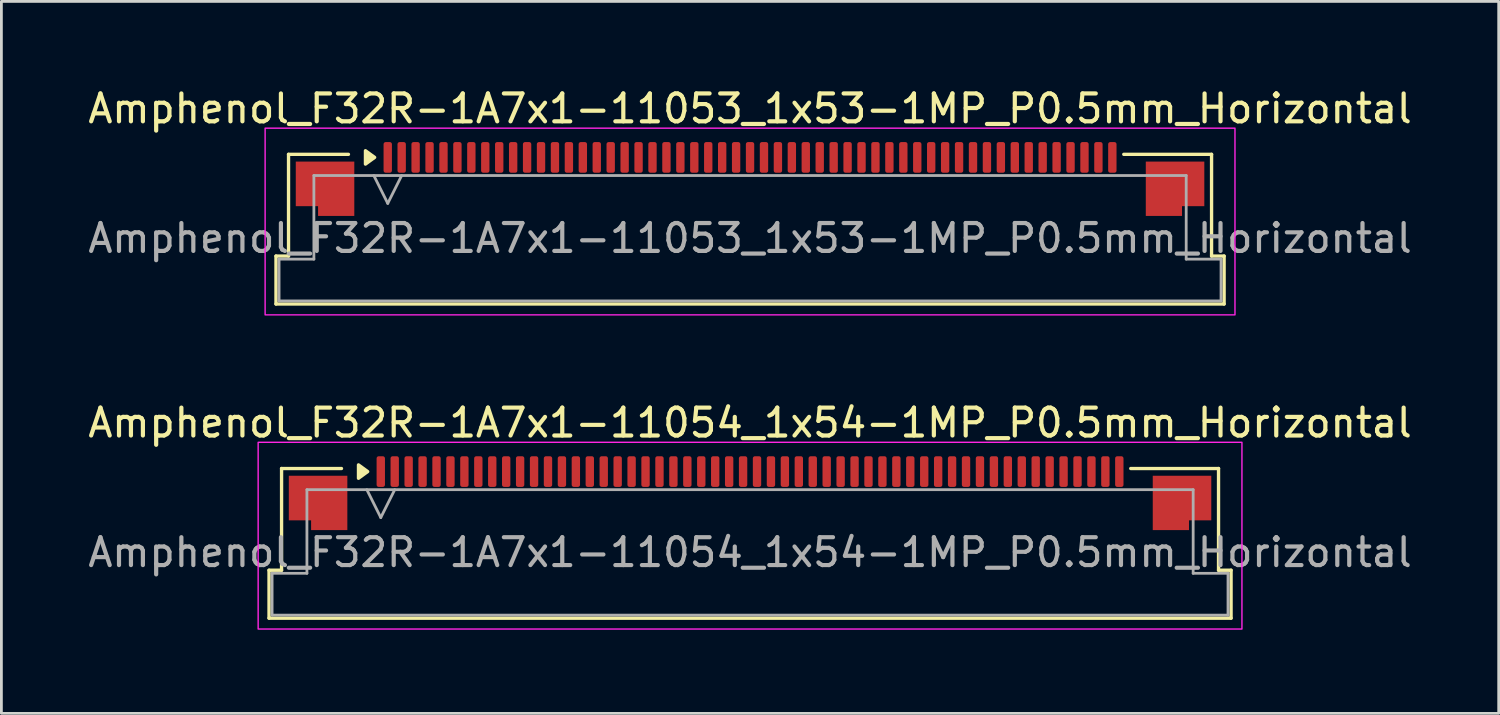
<source format=kicad_pcb>
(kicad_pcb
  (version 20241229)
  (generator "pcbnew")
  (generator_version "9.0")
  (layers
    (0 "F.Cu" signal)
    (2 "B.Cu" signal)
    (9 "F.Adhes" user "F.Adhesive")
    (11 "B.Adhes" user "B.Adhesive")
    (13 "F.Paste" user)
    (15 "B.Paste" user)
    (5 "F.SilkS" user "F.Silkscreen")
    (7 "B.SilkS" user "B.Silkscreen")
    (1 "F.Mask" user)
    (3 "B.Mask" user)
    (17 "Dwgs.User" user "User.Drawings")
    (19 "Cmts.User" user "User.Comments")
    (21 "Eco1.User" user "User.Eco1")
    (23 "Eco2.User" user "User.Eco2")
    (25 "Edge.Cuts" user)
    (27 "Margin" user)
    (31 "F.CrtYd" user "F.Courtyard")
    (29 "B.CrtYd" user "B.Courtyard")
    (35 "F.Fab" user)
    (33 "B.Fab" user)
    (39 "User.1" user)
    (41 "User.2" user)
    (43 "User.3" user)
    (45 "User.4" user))
  (footprint "Amphenol_F32R-1A7x1-11054_1x54-1MP_P0.5mm_Horizontal"
    (layer "F.Cu")
    (at 23.863 16.771)
    (property "Reference" "Amphenol_F32R-1A7x1-11054_1x54-1MP_P0.5mm_Horizontal" (at 0 -4.65 0) (layer "F.SilkS") (effects (font (size 1 1) (thickness 0.15))))
    (attr smd)
    (fp_line (start -17.26 0.64) (end -16.81 0.64) (stroke (width 0.12) (type solid)) (layer "F.SilkS"))
    (fp_line (start -17.26 2.36) (end -17.26 0.64) (stroke (width 0.12) (type solid)) (layer "F.SilkS"))
    (fp_line (start -16.81 -3.01) (end -14.66 -3.01) (stroke (width 0.12) (type solid)) (layer "F.SilkS"))
    (fp_line (start -16.81 0.64) (end -16.81 -3.01) (stroke (width 0.12) (type solid)) (layer "F.SilkS"))
    (fp_line (start 13.66 -3.01) (end 16.81 -3.01) (stroke (width 0.12) (type solid)) (layer "F.SilkS"))
    (fp_line (start 16.81 -3.01) (end 16.81 0.64) (stroke (width 0.12) (type solid)) (layer "F.SilkS"))
    (fp_line (start 16.81 0.64) (end 17.26 0.64) (stroke (width 0.12) (type solid)) (layer "F.SilkS"))
    (fp_line (start 17.26 0.64) (end 17.26 2.36) (stroke (width 0.12) (type solid)) (layer "F.SilkS"))
    (fp_line (start 17.26 2.36) (end -17.26 2.36) (stroke (width 0.12) (type solid)) (layer "F.SilkS"))
    (fp_poly (pts (xy -13.72 -2.9) (xy -14.05 -2.66) (xy -14.05 -3.14)) (stroke (width 0.12) (type solid)) (fill yes) (layer "F.SilkS"))
    (fp_rect (start -17.65 -3.95) (end 17.65 2.75) (stroke (width 0.05) (type solid)) (fill no) (layer "F.CrtYd"))
    (fp_line (start -17.15 0.75) (end -15.9 0.75) (stroke (width 0.1) (type solid)) (layer "F.Fab"))
    (fp_line (start -17.15 2.25) (end -17.15 0.75) (stroke (width 0.1) (type solid)) (layer "F.Fab"))
    (fp_line (start -15.9 -2.25) (end 15.9 -2.25) (stroke (width 0.1) (type solid)) (layer "F.Fab"))
    (fp_line (start -15.9 0.75) (end -15.9 -2.25) (stroke (width 0.1) (type solid)) (layer "F.Fab"))
    (fp_line (start -13.75 -2.25) (end -13.25 -1.25) (stroke (width 0.1) (type solid)) (layer "F.Fab"))
    (fp_line (start -13.25 -1.25) (end -12.75 -2.25) (stroke (width 0.1) (type solid)) (layer "F.Fab"))
    (fp_line (start 15.9 -2.25) (end 15.9 0.75) (stroke (width 0.1) (type solid)) (layer "F.Fab"))
    (fp_line (start 15.9 0.75) (end 17.15 0.75) (stroke (width 0.1) (type solid)) (layer "F.Fab"))
    (fp_line (start 17.15 0.75) (end 17.15 2.25) (stroke (width 0.1) (type solid)) (layer "F.Fab"))
    (fp_line (start 17.15 2.25) (end -17.15 2.25) (stroke (width 0.1) (type solid)) (layer "F.Fab"))
    (fp_text user "${REFERENCE}" (at 0 0 0) (layer "F.Fab") (effects (font (size 1 1) (thickness 0.15))))
    (pad "1" smd roundrect (at -13.25 -2.9) (size 0.3 1.1) (layers "F.Cu" "F.Mask" "F.Paste") (roundrect_rratio 0.25))
    (pad "2" smd roundrect (at -12.75 -2.9) (size 0.3 1.1) (layers "F.Cu" "F.Mask" "F.Paste") (roundrect_rratio 0.25))
    (pad "3" smd roundrect (at -12.25 -2.9) (size 0.3 1.1) (layers "F.Cu" "F.Mask" "F.Paste") (roundrect_rratio 0.25))
    (pad "4" smd roundrect (at -11.75 -2.9) (size 0.3 1.1) (layers "F.Cu" "F.Mask" "F.Paste") (roundrect_rratio 0.25))
    (pad "5" smd roundrect (at -11.25 -2.9) (size 0.3 1.1) (layers "F.Cu" "F.Mask" "F.Paste") (roundrect_rratio 0.25))
    (pad "6" smd roundrect (at -10.75 -2.9) (size 0.3 1.1) (layers "F.Cu" "F.Mask" "F.Paste") (roundrect_rratio 0.25))
    (pad "7" smd roundrect (at -10.25 -2.9) (size 0.3 1.1) (layers "F.Cu" "F.Mask" "F.Paste") (roundrect_rratio 0.25))
    (pad "8" smd roundrect (at -9.75 -2.9) (size 0.3 1.1) (layers "F.Cu" "F.Mask" "F.Paste") (roundrect_rratio 0.25))
    (pad "9" smd roundrect (at -9.25 -2.9) (size 0.3 1.1) (layers "F.Cu" "F.Mask" "F.Paste") (roundrect_rratio 0.25))
    (pad "10" smd roundrect (at -8.75 -2.9) (size 0.3 1.1) (layers "F.Cu" "F.Mask" "F.Paste") (roundrect_rratio 0.25))
    (pad "11" smd roundrect (at -8.25 -2.9) (size 0.3 1.1) (layers "F.Cu" "F.Mask" "F.Paste") (roundrect_rratio 0.25))
    (pad "12" smd roundrect (at -7.75 -2.9) (size 0.3 1.1) (layers "F.Cu" "F.Mask" "F.Paste") (roundrect_rratio 0.25))
    (pad "13" smd roundrect (at -7.25 -2.9) (size 0.3 1.1) (layers "F.Cu" "F.Mask" "F.Paste") (roundrect_rratio 0.25))
    (pad "14" smd roundrect (at -6.75 -2.9) (size 0.3 1.1) (layers "F.Cu" "F.Mask" "F.Paste") (roundrect_rratio 0.25))
    (pad "15" smd roundrect (at -6.25 -2.9) (size 0.3 1.1) (layers "F.Cu" "F.Mask" "F.Paste") (roundrect_rratio 0.25))
    (pad "16" smd roundrect (at -5.75 -2.9) (size 0.3 1.1) (layers "F.Cu" "F.Mask" "F.Paste") (roundrect_rratio 0.25))
    (pad "17" smd roundrect (at -5.25 -2.9) (size 0.3 1.1) (layers "F.Cu" "F.Mask" "F.Paste") (roundrect_rratio 0.25))
    (pad "18" smd roundrect (at -4.75 -2.9) (size 0.3 1.1) (layers "F.Cu" "F.Mask" "F.Paste") (roundrect_rratio 0.25))
    (pad "19" smd roundrect (at -4.25 -2.9) (size 0.3 1.1) (layers "F.Cu" "F.Mask" "F.Paste") (roundrect_rratio 0.25))
    (pad "20" smd roundrect (at -3.75 -2.9) (size 0.3 1.1) (layers "F.Cu" "F.Mask" "F.Paste") (roundrect_rratio 0.25))
    (pad "21" smd roundrect (at -3.25 -2.9) (size 0.3 1.1) (layers "F.Cu" "F.Mask" "F.Paste") (roundrect_rratio 0.25))
    (pad "22" smd roundrect (at -2.75 -2.9) (size 0.3 1.1) (layers "F.Cu" "F.Mask" "F.Paste") (roundrect_rratio 0.25))
    (pad "23" smd roundrect (at -2.25 -2.9) (size 0.3 1.1) (layers "F.Cu" "F.Mask" "F.Paste") (roundrect_rratio 0.25))
    (pad "24" smd roundrect (at -1.75 -2.9) (size 0.3 1.1) (layers "F.Cu" "F.Mask" "F.Paste") (roundrect_rratio 0.25))
    (pad "25" smd roundrect (at -1.25 -2.9) (size 0.3 1.1) (layers "F.Cu" "F.Mask" "F.Paste") (roundrect_rratio 0.25))
    (pad "26" smd roundrect (at -0.75 -2.9) (size 0.3 1.1) (layers "F.Cu" "F.Mask" "F.Paste") (roundrect_rratio 0.25))
    (pad "27" smd roundrect (at -0.25 -2.9) (size 0.3 1.1) (layers "F.Cu" "F.Mask" "F.Paste") (roundrect_rratio 0.25))
    (pad "28" smd roundrect (at 0.25 -2.9) (size 0.3 1.1) (layers "F.Cu" "F.Mask" "F.Paste") (roundrect_rratio 0.25))
    (pad "29" smd roundrect (at 0.75 -2.9) (size 0.3 1.1) (layers "F.Cu" "F.Mask" "F.Paste") (roundrect_rratio 0.25))
    (pad "30" smd roundrect (at 1.25 -2.9) (size 0.3 1.1) (layers "F.Cu" "F.Mask" "F.Paste") (roundrect_rratio 0.25))
    (pad "31" smd roundrect (at 1.75 -2.9) (size 0.3 1.1) (layers "F.Cu" "F.Mask" "F.Paste") (roundrect_rratio 0.25))
    (pad "32" smd roundrect (at 2.25 -2.9) (size 0.3 1.1) (layers "F.Cu" "F.Mask" "F.Paste") (roundrect_rratio 0.25))
    (pad "33" smd roundrect (at 2.75 -2.9) (size 0.3 1.1) (layers "F.Cu" "F.Mask" "F.Paste") (roundrect_rratio 0.25))
    (pad "34" smd roundrect (at 3.25 -2.9) (size 0.3 1.1) (layers "F.Cu" "F.Mask" "F.Paste") (roundrect_rratio 0.25))
    (pad "35" smd roundrect (at 3.75 -2.9) (size 0.3 1.1) (layers "F.Cu" "F.Mask" "F.Paste") (roundrect_rratio 0.25))
    (pad "36" smd roundrect (at 4.25 -2.9) (size 0.3 1.1) (layers "F.Cu" "F.Mask" "F.Paste") (roundrect_rratio 0.25))
    (pad "37" smd roundrect (at 4.75 -2.9) (size 0.3 1.1) (layers "F.Cu" "F.Mask" "F.Paste") (roundrect_rratio 0.25))
    (pad "38" smd roundrect (at 5.25 -2.9) (size 0.3 1.1) (layers "F.Cu" "F.Mask" "F.Paste") (roundrect_rratio 0.25))
    (pad "39" smd roundrect (at 5.75 -2.9) (size 0.3 1.1) (layers "F.Cu" "F.Mask" "F.Paste") (roundrect_rratio 0.25))
    (pad "40" smd roundrect (at 6.25 -2.9) (size 0.3 1.1) (layers "F.Cu" "F.Mask" "F.Paste") (roundrect_rratio 0.25))
    (pad "41" smd roundrect (at 6.75 -2.9) (size 0.3 1.1) (layers "F.Cu" "F.Mask" "F.Paste") (roundrect_rratio 0.25))
    (pad "42" smd roundrect (at 7.25 -2.9) (size 0.3 1.1) (layers "F.Cu" "F.Mask" "F.Paste") (roundrect_rratio 0.25))
    (pad "43" smd roundrect (at 7.75 -2.9) (size 0.3 1.1) (layers "F.Cu" "F.Mask" "F.Paste") (roundrect_rratio 0.25))
    (pad "44" smd roundrect (at 8.25 -2.9) (size 0.3 1.1) (layers "F.Cu" "F.Mask" "F.Paste") (roundrect_rratio 0.25))
    (pad "45" smd roundrect (at 8.75 -2.9) (size 0.3 1.1) (layers "F.Cu" "F.Mask" "F.Paste") (roundrect_rratio 0.25))
    (pad "46" smd roundrect (at 9.25 -2.9) (size 0.3 1.1) (layers "F.Cu" "F.Mask" "F.Paste") (roundrect_rratio 0.25))
    (pad "47" smd roundrect (at 9.75 -2.9) (size 0.3 1.1) (layers "F.Cu" "F.Mask" "F.Paste") (roundrect_rratio 0.25))
    (pad "48" smd roundrect (at 10.25 -2.9) (size 0.3 1.1) (layers "F.Cu" "F.Mask" "F.Paste") (roundrect_rratio 0.25))
    (pad "49" smd roundrect (at 10.75 -2.9) (size 0.3 1.1) (layers "F.Cu" "F.Mask" "F.Paste") (roundrect_rratio 0.25))
    (pad "50" smd roundrect (at 11.25 -2.9) (size 0.3 1.1) (layers "F.Cu" "F.Mask" "F.Paste") (roundrect_rratio 0.25))
    (pad "51" smd roundrect (at 11.75 -2.9) (size 0.3 1.1) (layers "F.Cu" "F.Mask" "F.Paste") (roundrect_rratio 0.25))
    (pad "52" smd roundrect (at 12.25 -2.9) (size 0.3 1.1) (layers "F.Cu" "F.Mask" "F.Paste") (roundrect_rratio 0.25))
    (pad "53" smd roundrect (at 12.75 -2.9) (size 0.3 1.1) (layers "F.Cu" "F.Mask" "F.Paste") (roundrect_rratio 0.25))
    (pad "54" smd roundrect (at 13.25 -2.9) (size 0.3 1.1) (layers "F.Cu" "F.Mask" "F.Paste") (roundrect_rratio 0.25))
    (pad "MP" smd custom (at -15.5 -1.775) (size 1 1) (layers "F.Cu" "F.Mask" "F.Paste") (options (anchor circle)) (primitives (gr_poly (pts (xy 1.05 -0.975) (xy 1.05 0.975) (xy -0.25 0.975) (xy -0.25 0.625) (xy -1.05 0.625) (xy -1.05 -0.975)) (width 0) (fill yes))))
    (pad "MP" smd custom (at 15.5 -1.775) (size 1 1) (layers "F.Cu" "F.Mask" "F.Paste") (options (anchor circle)) (primitives (gr_poly (pts (xy -1.05 -0.975) (xy -1.05 0.975) (xy 0.25 0.975) (xy 0.25 0.625) (xy 1.05 0.625) (xy 1.05 -0.975)) (width 0) (fill yes)))))
  (footprint "Amphenol_F32R-1A7x1-11053_1x53-1MP_P0.5mm_Horizontal"
    (layer "F.Cu")
    (at 23.863 5.498)
    (property "Reference" "Amphenol_F32R-1A7x1-11053_1x53-1MP_P0.5mm_Horizontal" (at 0 -4.65 0) (layer "F.SilkS") (effects (font (size 1 1) (thickness 0.15))))
    (attr smd)
    (fp_line (start -17.01 0.64) (end -16.56 0.64) (stroke (width 0.12) (type solid)) (layer "F.SilkS"))
    (fp_line (start -17.01 2.36) (end -17.01 0.64) (stroke (width 0.12) (type solid)) (layer "F.SilkS"))
    (fp_line (start -16.56 -3.01) (end -14.41 -3.01) (stroke (width 0.12) (type solid)) (layer "F.SilkS"))
    (fp_line (start -16.56 0.64) (end -16.56 -3.01) (stroke (width 0.12) (type solid)) (layer "F.SilkS"))
    (fp_line (start 13.41 -3.01) (end 16.56 -3.01) (stroke (width 0.12) (type solid)) (layer "F.SilkS"))
    (fp_line (start 16.56 -3.01) (end 16.56 0.64) (stroke (width 0.12) (type solid)) (layer "F.SilkS"))
    (fp_line (start 16.56 0.64) (end 17.01 0.64) (stroke (width 0.12) (type solid)) (layer "F.SilkS"))
    (fp_line (start 17.01 0.64) (end 17.01 2.36) (stroke (width 0.12) (type solid)) (layer "F.SilkS"))
    (fp_line (start 17.01 2.36) (end -17.01 2.36) (stroke (width 0.12) (type solid)) (layer "F.SilkS"))
    (fp_poly (pts (xy -13.47 -2.9) (xy -13.8 -2.66) (xy -13.8 -3.14)) (stroke (width 0.12) (type solid)) (fill yes) (layer "F.SilkS"))
    (fp_rect (start -17.4 -3.95) (end 17.4 2.75) (stroke (width 0.05) (type solid)) (fill no) (layer "F.CrtYd"))
    (fp_line (start -16.9 0.75) (end -15.65 0.75) (stroke (width 0.1) (type solid)) (layer "F.Fab"))
    (fp_line (start -16.9 2.25) (end -16.9 0.75) (stroke (width 0.1) (type solid)) (layer "F.Fab"))
    (fp_line (start -15.65 -2.25) (end 15.65 -2.25) (stroke (width 0.1) (type solid)) (layer "F.Fab"))
    (fp_line (start -15.65 0.75) (end -15.65 -2.25) (stroke (width 0.1) (type solid)) (layer "F.Fab"))
    (fp_line (start -13.5 -2.25) (end -13 -1.25) (stroke (width 0.1) (type solid)) (layer "F.Fab"))
    (fp_line (start -13 -1.25) (end -12.5 -2.25) (stroke (width 0.1) (type solid)) (layer "F.Fab"))
    (fp_line (start 15.65 -2.25) (end 15.65 0.75) (stroke (width 0.1) (type solid)) (layer "F.Fab"))
    (fp_line (start 15.65 0.75) (end 16.9 0.75) (stroke (width 0.1) (type solid)) (layer "F.Fab"))
    (fp_line (start 16.9 0.75) (end 16.9 2.25) (stroke (width 0.1) (type solid)) (layer "F.Fab"))
    (fp_line (start 16.9 2.25) (end -16.9 2.25) (stroke (width 0.1) (type solid)) (layer "F.Fab"))
    (fp_text user "${REFERENCE}" (at 0 0 0) (layer "F.Fab") (effects (font (size 1 1) (thickness 0.15))))
    (pad "1" smd roundrect (at -13 -2.9) (size 0.3 1.1) (layers "F.Cu" "F.Mask" "F.Paste") (roundrect_rratio 0.25))
    (pad "2" smd roundrect (at -12.5 -2.9) (size 0.3 1.1) (layers "F.Cu" "F.Mask" "F.Paste") (roundrect_rratio 0.25))
    (pad "3" smd roundrect (at -12 -2.9) (size 0.3 1.1) (layers "F.Cu" "F.Mask" "F.Paste") (roundrect_rratio 0.25))
    (pad "4" smd roundrect (at -11.5 -2.9) (size 0.3 1.1) (layers "F.Cu" "F.Mask" "F.Paste") (roundrect_rratio 0.25))
    (pad "5" smd roundrect (at -11 -2.9) (size 0.3 1.1) (layers "F.Cu" "F.Mask" "F.Paste") (roundrect_rratio 0.25))
    (pad "6" smd roundrect (at -10.5 -2.9) (size 0.3 1.1) (layers "F.Cu" "F.Mask" "F.Paste") (roundrect_rratio 0.25))
    (pad "7" smd roundrect (at -10 -2.9) (size 0.3 1.1) (layers "F.Cu" "F.Mask" "F.Paste") (roundrect_rratio 0.25))
    (pad "8" smd roundrect (at -9.5 -2.9) (size 0.3 1.1) (layers "F.Cu" "F.Mask" "F.Paste") (roundrect_rratio 0.25))
    (pad "9" smd roundrect (at -9 -2.9) (size 0.3 1.1) (layers "F.Cu" "F.Mask" "F.Paste") (roundrect_rratio 0.25))
    (pad "10" smd roundrect (at -8.5 -2.9) (size 0.3 1.1) (layers "F.Cu" "F.Mask" "F.Paste") (roundrect_rratio 0.25))
    (pad "11" smd roundrect (at -8 -2.9) (size 0.3 1.1) (layers "F.Cu" "F.Mask" "F.Paste") (roundrect_rratio 0.25))
    (pad "12" smd roundrect (at -7.5 -2.9) (size 0.3 1.1) (layers "F.Cu" "F.Mask" "F.Paste") (roundrect_rratio 0.25))
    (pad "13" smd roundrect (at -7 -2.9) (size 0.3 1.1) (layers "F.Cu" "F.Mask" "F.Paste") (roundrect_rratio 0.25))
    (pad "14" smd roundrect (at -6.5 -2.9) (size 0.3 1.1) (layers "F.Cu" "F.Mask" "F.Paste") (roundrect_rratio 0.25))
    (pad "15" smd roundrect (at -6 -2.9) (size 0.3 1.1) (layers "F.Cu" "F.Mask" "F.Paste") (roundrect_rratio 0.25))
    (pad "16" smd roundrect (at -5.5 -2.9) (size 0.3 1.1) (layers "F.Cu" "F.Mask" "F.Paste") (roundrect_rratio 0.25))
    (pad "17" smd roundrect (at -5 -2.9) (size 0.3 1.1) (layers "F.Cu" "F.Mask" "F.Paste") (roundrect_rratio 0.25))
    (pad "18" smd roundrect (at -4.5 -2.9) (size 0.3 1.1) (layers "F.Cu" "F.Mask" "F.Paste") (roundrect_rratio 0.25))
    (pad "19" smd roundrect (at -4 -2.9) (size 0.3 1.1) (layers "F.Cu" "F.Mask" "F.Paste") (roundrect_rratio 0.25))
    (pad "20" smd roundrect (at -3.5 -2.9) (size 0.3 1.1) (layers "F.Cu" "F.Mask" "F.Paste") (roundrect_rratio 0.25))
    (pad "21" smd roundrect (at -3 -2.9) (size 0.3 1.1) (layers "F.Cu" "F.Mask" "F.Paste") (roundrect_rratio 0.25))
    (pad "22" smd roundrect (at -2.5 -2.9) (size 0.3 1.1) (layers "F.Cu" "F.Mask" "F.Paste") (roundrect_rratio 0.25))
    (pad "23" smd roundrect (at -2 -2.9) (size 0.3 1.1) (layers "F.Cu" "F.Mask" "F.Paste") (roundrect_rratio 0.25))
    (pad "24" smd roundrect (at -1.5 -2.9) (size 0.3 1.1) (layers "F.Cu" "F.Mask" "F.Paste") (roundrect_rratio 0.25))
    (pad "25" smd roundrect (at -1 -2.9) (size 0.3 1.1) (layers "F.Cu" "F.Mask" "F.Paste") (roundrect_rratio 0.25))
    (pad "26" smd roundrect (at -0.5 -2.9) (size 0.3 1.1) (layers "F.Cu" "F.Mask" "F.Paste") (roundrect_rratio 0.25))
    (pad "27" smd roundrect (at 0 -2.9) (size 0.3 1.1) (layers "F.Cu" "F.Mask" "F.Paste") (roundrect_rratio 0.25))
    (pad "28" smd roundrect (at 0.5 -2.9) (size 0.3 1.1) (layers "F.Cu" "F.Mask" "F.Paste") (roundrect_rratio 0.25))
    (pad "29" smd roundrect (at 1 -2.9) (size 0.3 1.1) (layers "F.Cu" "F.Mask" "F.Paste") (roundrect_rratio 0.25))
    (pad "30" smd roundrect (at 1.5 -2.9) (size 0.3 1.1) (layers "F.Cu" "F.Mask" "F.Paste") (roundrect_rratio 0.25))
    (pad "31" smd roundrect (at 2 -2.9) (size 0.3 1.1) (layers "F.Cu" "F.Mask" "F.Paste") (roundrect_rratio 0.25))
    (pad "32" smd roundrect (at 2.5 -2.9) (size 0.3 1.1) (layers "F.Cu" "F.Mask" "F.Paste") (roundrect_rratio 0.25))
    (pad "33" smd roundrect (at 3 -2.9) (size 0.3 1.1) (layers "F.Cu" "F.Mask" "F.Paste") (roundrect_rratio 0.25))
    (pad "34" smd roundrect (at 3.5 -2.9) (size 0.3 1.1) (layers "F.Cu" "F.Mask" "F.Paste") (roundrect_rratio 0.25))
    (pad "35" smd roundrect (at 4 -2.9) (size 0.3 1.1) (layers "F.Cu" "F.Mask" "F.Paste") (roundrect_rratio 0.25))
    (pad "36" smd roundrect (at 4.5 -2.9) (size 0.3 1.1) (layers "F.Cu" "F.Mask" "F.Paste") (roundrect_rratio 0.25))
    (pad "37" smd roundrect (at 5 -2.9) (size 0.3 1.1) (layers "F.Cu" "F.Mask" "F.Paste") (roundrect_rratio 0.25))
    (pad "38" smd roundrect (at 5.5 -2.9) (size 0.3 1.1) (layers "F.Cu" "F.Mask" "F.Paste") (roundrect_rratio 0.25))
    (pad "39" smd roundrect (at 6 -2.9) (size 0.3 1.1) (layers "F.Cu" "F.Mask" "F.Paste") (roundrect_rratio 0.25))
    (pad "40" smd roundrect (at 6.5 -2.9) (size 0.3 1.1) (layers "F.Cu" "F.Mask" "F.Paste") (roundrect_rratio 0.25))
    (pad "41" smd roundrect (at 7 -2.9) (size 0.3 1.1) (layers "F.Cu" "F.Mask" "F.Paste") (roundrect_rratio 0.25))
    (pad "42" smd roundrect (at 7.5 -2.9) (size 0.3 1.1) (layers "F.Cu" "F.Mask" "F.Paste") (roundrect_rratio 0.25))
    (pad "43" smd roundrect (at 8 -2.9) (size 0.3 1.1) (layers "F.Cu" "F.Mask" "F.Paste") (roundrect_rratio 0.25))
    (pad "44" smd roundrect (at 8.5 -2.9) (size 0.3 1.1) (layers "F.Cu" "F.Mask" "F.Paste") (roundrect_rratio 0.25))
    (pad "45" smd roundrect (at 9 -2.9) (size 0.3 1.1) (layers "F.Cu" "F.Mask" "F.Paste") (roundrect_rratio 0.25))
    (pad "46" smd roundrect (at 9.5 -2.9) (size 0.3 1.1) (layers "F.Cu" "F.Mask" "F.Paste") (roundrect_rratio 0.25))
    (pad "47" smd roundrect (at 10 -2.9) (size 0.3 1.1) (layers "F.Cu" "F.Mask" "F.Paste") (roundrect_rratio 0.25))
    (pad "48" smd roundrect (at 10.5 -2.9) (size 0.3 1.1) (layers "F.Cu" "F.Mask" "F.Paste") (roundrect_rratio 0.25))
    (pad "49" smd roundrect (at 11 -2.9) (size 0.3 1.1) (layers "F.Cu" "F.Mask" "F.Paste") (roundrect_rratio 0.25))
    (pad "50" smd roundrect (at 11.5 -2.9) (size 0.3 1.1) (layers "F.Cu" "F.Mask" "F.Paste") (roundrect_rratio 0.25))
    (pad "51" smd roundrect (at 12 -2.9) (size 0.3 1.1) (layers "F.Cu" "F.Mask" "F.Paste") (roundrect_rratio 0.25))
    (pad "52" smd roundrect (at 12.5 -2.9) (size 0.3 1.1) (layers "F.Cu" "F.Mask" "F.Paste") (roundrect_rratio 0.25))
    (pad "53" smd roundrect (at 13 -2.9) (size 0.3 1.1) (layers "F.Cu" "F.Mask" "F.Paste") (roundrect_rratio 0.25))
    (pad "MP" smd custom (at -15.25 -1.775) (size 1 1) (layers "F.Cu" "F.Mask" "F.Paste") (options (anchor circle)) (primitives (gr_poly (pts (xy 1.05 -0.975) (xy 1.05 0.975) (xy -0.25 0.975) (xy -0.25 0.625) (xy -1.05 0.625) (xy -1.05 -0.975)) (width 0) (fill yes))))
    (pad "MP" smd custom (at 15.25 -1.775) (size 1 1) (layers "F.Cu" "F.Mask" "F.Paste") (options (anchor circle)) (primitives (gr_poly (pts (xy -1.05 -0.975) (xy -1.05 0.975) (xy 0.25 0.975) (xy 0.25 0.625) (xy 1.05 0.625) (xy 1.05 -0.975)) (width 0) (fill yes)))))
  (gr_rect
    (start -3 -3)
    (end 50.726 22.547)
    (stroke (width 0.1) (type default))
    (fill no)
    (layer "Edge.Cuts")))
</source>
